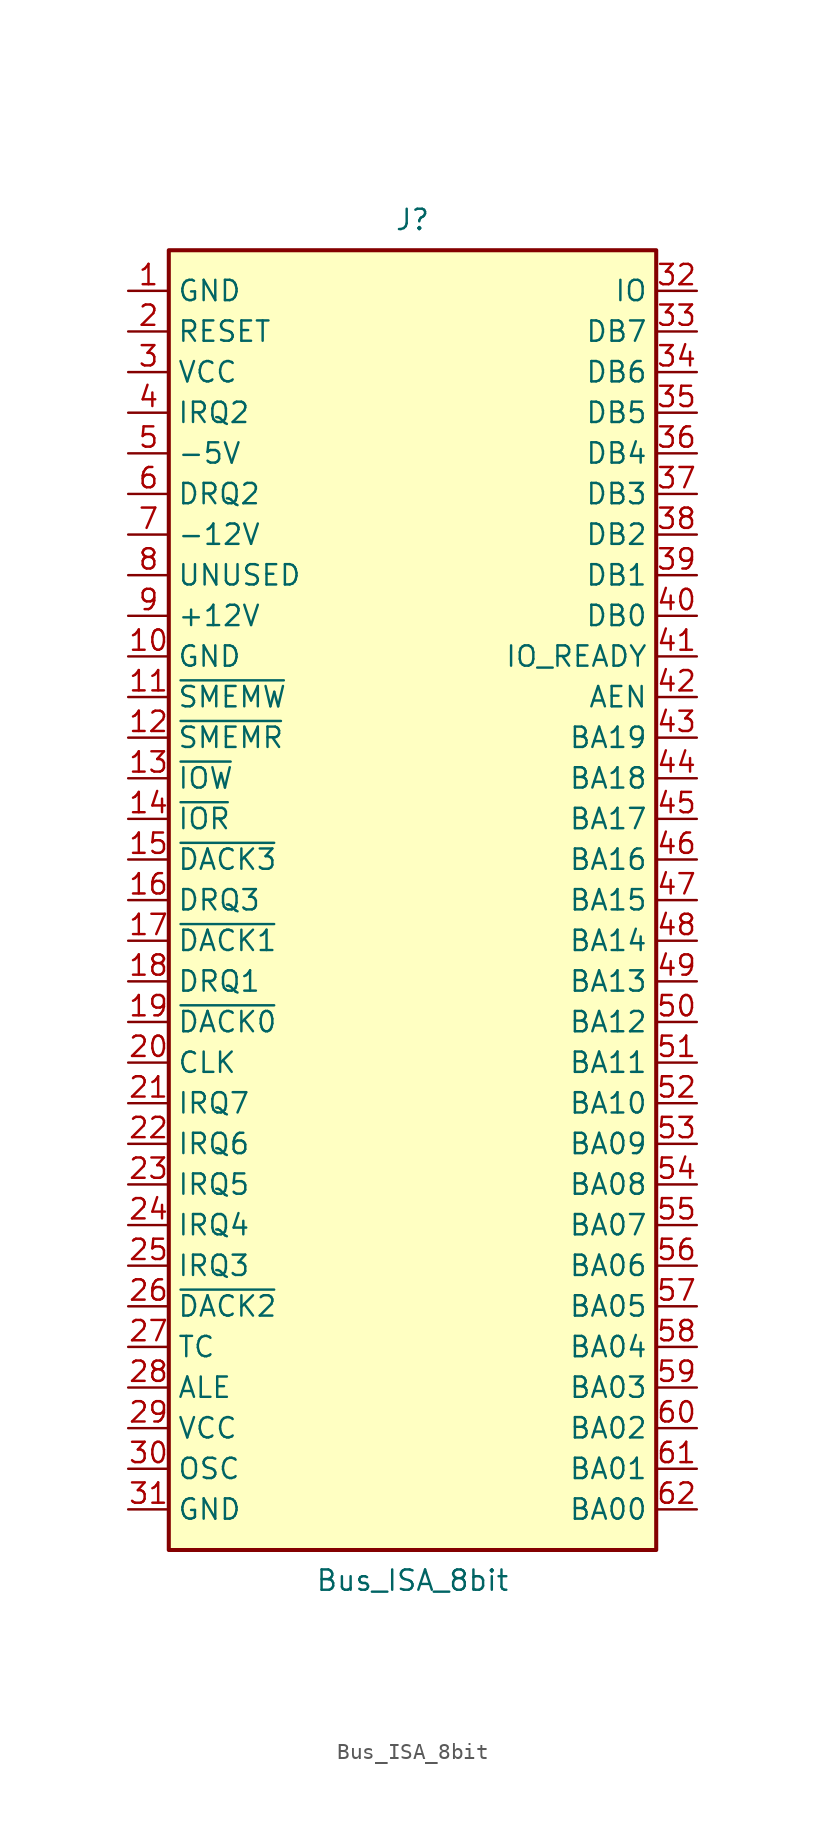
<source format=kicad_sym>
(kicad_symbol_lib
  (version 20211014)
  (generator kicad_symbol_editor)
  (symbol "Bus_ISA_8bit"
    (property "Reference" "J"
      (at 0 42.545 0)
      (effects (font (size 1.27 1.27))))
    (property "Value" "Bus_ISA_8bit"
      (at 0 -42.545 0)
      (effects (font (size 1.27 1.27))))
    (symbol "Bus_ISA_8bit_0_1"
      (rectangle (start -15.24 -40.64) (end 15.24 40.64) (stroke (width 0.254) (type default) (color 0 0 0 0)) (fill (type background))))
    (symbol "Bus_ISA_8bit_1_1"
      (pin power_in line (at -17.78 38.1 0) (length 2.54) (name "GND" (effects (font (size 1.27 1.27)))) (number "1" (effects (font (size 1.27 1.27)))))
      (pin power_in line (at -17.78 15.24 0) (length 2.54) (name "GND" (effects (font (size 1.27 1.27)))) (number "10" (effects (font (size 1.27 1.27)))))
      (pin output line (at -17.78 12.7 0) (length 2.54) (name "~{SMEMW}" (effects (font (size 1.27 1.27)))) (number "11" (effects (font (size 1.27 1.27)))))
      (pin output line (at -17.78 10.16 0) (length 2.54) (name "~{SMEMR}" (effects (font (size 1.27 1.27)))) (number "12" (effects (font (size 1.27 1.27)))))
      (pin output line (at -17.78 7.62 0) (length 2.54) (name "~{IOW}" (effects (font (size 1.27 1.27)))) (number "13" (effects (font (size 1.27 1.27)))))
      (pin output line (at -17.78 5.08 0) (length 2.54) (name "~{IOR}" (effects (font (size 1.27 1.27)))) (number "14" (effects (font (size 1.27 1.27)))))
      (pin passive line (at -17.78 2.54 0) (length 2.54) (name "~{DACK3}" (effects (font (size 1.27 1.27)))) (number "15" (effects (font (size 1.27 1.27)))))
      (pin passive line (at -17.78 0 0) (length 2.54) (name "DRQ3" (effects (font (size 1.27 1.27)))) (number "16" (effects (font (size 1.27 1.27)))))
      (pin passive line (at -17.78 -2.54 0) (length 2.54) (name "~{DACK1}" (effects (font (size 1.27 1.27)))) (number "17" (effects (font (size 1.27 1.27)))))
      (pin passive line (at -17.78 -5.08 0) (length 2.54) (name "DRQ1" (effects (font (size 1.27 1.27)))) (number "18" (effects (font (size 1.27 1.27)))))
      (pin passive line (at -17.78 -7.62 0) (length 2.54) (name "~{DACK0}" (effects (font (size 1.27 1.27)))) (number "19" (effects (font (size 1.27 1.27)))))
      (pin output line (at -17.78 35.56 0) (length 2.54) (name "RESET" (effects (font (size 1.27 1.27)))) (number "2" (effects (font (size 1.27 1.27)))))
      (pin output line (at -17.78 -10.16 0) (length 2.54) (name "CLK" (effects (font (size 1.27 1.27)))) (number "20" (effects (font (size 1.27 1.27)))))
      (pin passive line (at -17.78 -12.7 0) (length 2.54) (name "IRQ7" (effects (font (size 1.27 1.27)))) (number "21" (effects (font (size 1.27 1.27)))))
      (pin passive line (at -17.78 -15.24 0) (length 2.54) (name "IRQ6" (effects (font (size 1.27 1.27)))) (number "22" (effects (font (size 1.27 1.27)))))
      (pin passive line (at -17.78 -17.78 0) (length 2.54) (name "IRQ5" (effects (font (size 1.27 1.27)))) (number "23" (effects (font (size 1.27 1.27)))))
      (pin passive line (at -17.78 -20.32 0) (length 2.54) (name "IRQ4" (effects (font (size 1.27 1.27)))) (number "24" (effects (font (size 1.27 1.27)))))
      (pin passive line (at -17.78 -22.86 0) (length 2.54) (name "IRQ3" (effects (font (size 1.27 1.27)))) (number "25" (effects (font (size 1.27 1.27)))))
      (pin passive line (at -17.78 -25.4 0) (length 2.54) (name "~{DACK2}" (effects (font (size 1.27 1.27)))) (number "26" (effects (font (size 1.27 1.27)))))
      (pin passive line (at -17.78 -27.94 0) (length 2.54) (name "TC" (effects (font (size 1.27 1.27)))) (number "27" (effects (font (size 1.27 1.27)))))
      (pin output line (at -17.78 -30.48 0) (length 2.54) (name "ALE" (effects (font (size 1.27 1.27)))) (number "28" (effects (font (size 1.27 1.27)))))
      (pin power_in line (at -17.78 -33.02 0) (length 2.54) (name "VCC" (effects (font (size 1.27 1.27)))) (number "29" (effects (font (size 1.27 1.27)))))
      (pin power_in line (at -17.78 33.02 0) (length 2.54) (name "VCC" (effects (font (size 1.27 1.27)))) (number "3" (effects (font (size 1.27 1.27)))))
      (pin output line (at -17.78 -35.56 0) (length 2.54) (name "OSC" (effects (font (size 1.27 1.27)))) (number "30" (effects (font (size 1.27 1.27)))))
      (pin power_in line (at -17.78 -38.1 0) (length 2.54) (name "GND" (effects (font (size 1.27 1.27)))) (number "31" (effects (font (size 1.27 1.27)))))
      (pin passive line (at 17.78 38.1 180) (length 2.54) (name "IO" (effects (font (size 1.27 1.27)))) (number "32" (effects (font (size 1.27 1.27)))))
      (pin tri_state line (at 17.78 35.56 180) (length 2.54) (name "DB7" (effects (font (size 1.27 1.27)))) (number "33" (effects (font (size 1.27 1.27)))))
      (pin tri_state line (at 17.78 33.02 180) (length 2.54) (name "DB6" (effects (font (size 1.27 1.27)))) (number "34" (effects (font (size 1.27 1.27)))))
      (pin tri_state line (at 17.78 30.48 180) (length 2.54) (name "DB5" (effects (font (size 1.27 1.27)))) (number "35" (effects (font (size 1.27 1.27)))))
      (pin tri_state line (at 17.78 27.94 180) (length 2.54) (name "DB4" (effects (font (size 1.27 1.27)))) (number "36" (effects (font (size 1.27 1.27)))))
      (pin tri_state line (at 17.78 25.4 180) (length 2.54) (name "DB3" (effects (font (size 1.27 1.27)))) (number "37" (effects (font (size 1.27 1.27)))))
      (pin tri_state line (at 17.78 22.86 180) (length 2.54) (name "DB2" (effects (font (size 1.27 1.27)))) (number "38" (effects (font (size 1.27 1.27)))))
      (pin tri_state line (at 17.78 20.32 180) (length 2.54) (name "DB1" (effects (font (size 1.27 1.27)))) (number "39" (effects (font (size 1.27 1.27)))))
      (pin passive line (at -17.78 30.48 0) (length 2.54) (name "IRQ2" (effects (font (size 1.27 1.27)))) (number "4" (effects (font (size 1.27 1.27)))))
      (pin tri_state line (at 17.78 17.78 180) (length 2.54) (name "DB0" (effects (font (size 1.27 1.27)))) (number "40" (effects (font (size 1.27 1.27)))))
      (pin passive line (at 17.78 15.24 180) (length 2.54) (name "IO_READY" (effects (font (size 1.27 1.27)))) (number "41" (effects (font (size 1.27 1.27)))))
      (pin output line (at 17.78 12.7 180) (length 2.54) (name "AEN" (effects (font (size 1.27 1.27)))) (number "42" (effects (font (size 1.27 1.27)))))
      (pin tri_state line (at 17.78 10.16 180) (length 2.54) (name "BA19" (effects (font (size 1.27 1.27)))) (number "43" (effects (font (size 1.27 1.27)))))
      (pin tri_state line (at 17.78 7.62 180) (length 2.54) (name "BA18" (effects (font (size 1.27 1.27)))) (number "44" (effects (font (size 1.27 1.27)))))
      (pin tri_state line (at 17.78 5.08 180) (length 2.54) (name "BA17" (effects (font (size 1.27 1.27)))) (number "45" (effects (font (size 1.27 1.27)))))
      (pin tri_state line (at 17.78 2.54 180) (length 2.54) (name "BA16" (effects (font (size 1.27 1.27)))) (number "46" (effects (font (size 1.27 1.27)))))
      (pin tri_state line (at 17.78 0 180) (length 2.54) (name "BA15" (effects (font (size 1.27 1.27)))) (number "47" (effects (font (size 1.27 1.27)))))
      (pin tri_state line (at 17.78 -2.54 180) (length 2.54) (name "BA14" (effects (font (size 1.27 1.27)))) (number "48" (effects (font (size 1.27 1.27)))))
      (pin tri_state line (at 17.78 -5.08 180) (length 2.54) (name "BA13" (effects (font (size 1.27 1.27)))) (number "49" (effects (font (size 1.27 1.27)))))
      (pin power_in line (at -17.78 27.94 0) (length 2.54) (name "-5V" (effects (font (size 1.27 1.27)))) (number "5" (effects (font (size 1.27 1.27)))))
      (pin tri_state line (at 17.78 -7.62 180) (length 2.54) (name "BA12" (effects (font (size 1.27 1.27)))) (number "50" (effects (font (size 1.27 1.27)))))
      (pin tri_state line (at 17.78 -10.16 180) (length 2.54) (name "BA11" (effects (font (size 1.27 1.27)))) (number "51" (effects (font (size 1.27 1.27)))))
      (pin tri_state line (at 17.78 -12.7 180) (length 2.54) (name "BA10" (effects (font (size 1.27 1.27)))) (number "52" (effects (font (size 1.27 1.27)))))
      (pin tri_state line (at 17.78 -15.24 180) (length 2.54) (name "BA09" (effects (font (size 1.27 1.27)))) (number "53" (effects (font (size 1.27 1.27)))))
      (pin tri_state line (at 17.78 -17.78 180) (length 2.54) (name "BA08" (effects (font (size 1.27 1.27)))) (number "54" (effects (font (size 1.27 1.27)))))
      (pin tri_state line (at 17.78 -20.32 180) (length 2.54) (name "BA07" (effects (font (size 1.27 1.27)))) (number "55" (effects (font (size 1.27 1.27)))))
      (pin tri_state line (at 17.78 -22.86 180) (length 2.54) (name "BA06" (effects (font (size 1.27 1.27)))) (number "56" (effects (font (size 1.27 1.27)))))
      (pin tri_state line (at 17.78 -25.4 180) (length 2.54) (name "BA05" (effects (font (size 1.27 1.27)))) (number "57" (effects (font (size 1.27 1.27)))))
      (pin tri_state line (at 17.78 -27.94 180) (length 2.54) (name "BA04" (effects (font (size 1.27 1.27)))) (number "58" (effects (font (size 1.27 1.27)))))
      (pin tri_state line (at 17.78 -30.48 180) (length 2.54) (name "BA03" (effects (font (size 1.27 1.27)))) (number "59" (effects (font (size 1.27 1.27)))))
      (pin passive line (at -17.78 25.4 0) (length 2.54) (name "DRQ2" (effects (font (size 1.27 1.27)))) (number "6" (effects (font (size 1.27 1.27)))))
      (pin tri_state line (at 17.78 -33.02 180) (length 2.54) (name "BA02" (effects (font (size 1.27 1.27)))) (number "60" (effects (font (size 1.27 1.27)))))
      (pin tri_state line (at 17.78 -35.56 180) (length 2.54) (name "BA01" (effects (font (size 1.27 1.27)))) (number "61" (effects (font (size 1.27 1.27)))))
      (pin tri_state line (at 17.78 -38.1 180) (length 2.54) (name "BA00" (effects (font (size 1.27 1.27)))) (number "62" (effects (font (size 1.27 1.27)))))
      (pin power_in line (at -17.78 22.86 0) (length 2.54) (name "-12V" (effects (font (size 1.27 1.27)))) (number "7" (effects (font (size 1.27 1.27)))))
      (pin passive line (at -17.78 20.32 0) (length 2.54) (name "UNUSED" (effects (font (size 1.27 1.27)))) (number "8" (effects (font (size 1.27 1.27)))))
      (pin power_in line (at -17.78 17.78 0) (length 2.54) (name "+12V" (effects (font (size 1.27 1.27)))) (number "9" (effects (font (size 1.27 1.27))))))))
</source>
